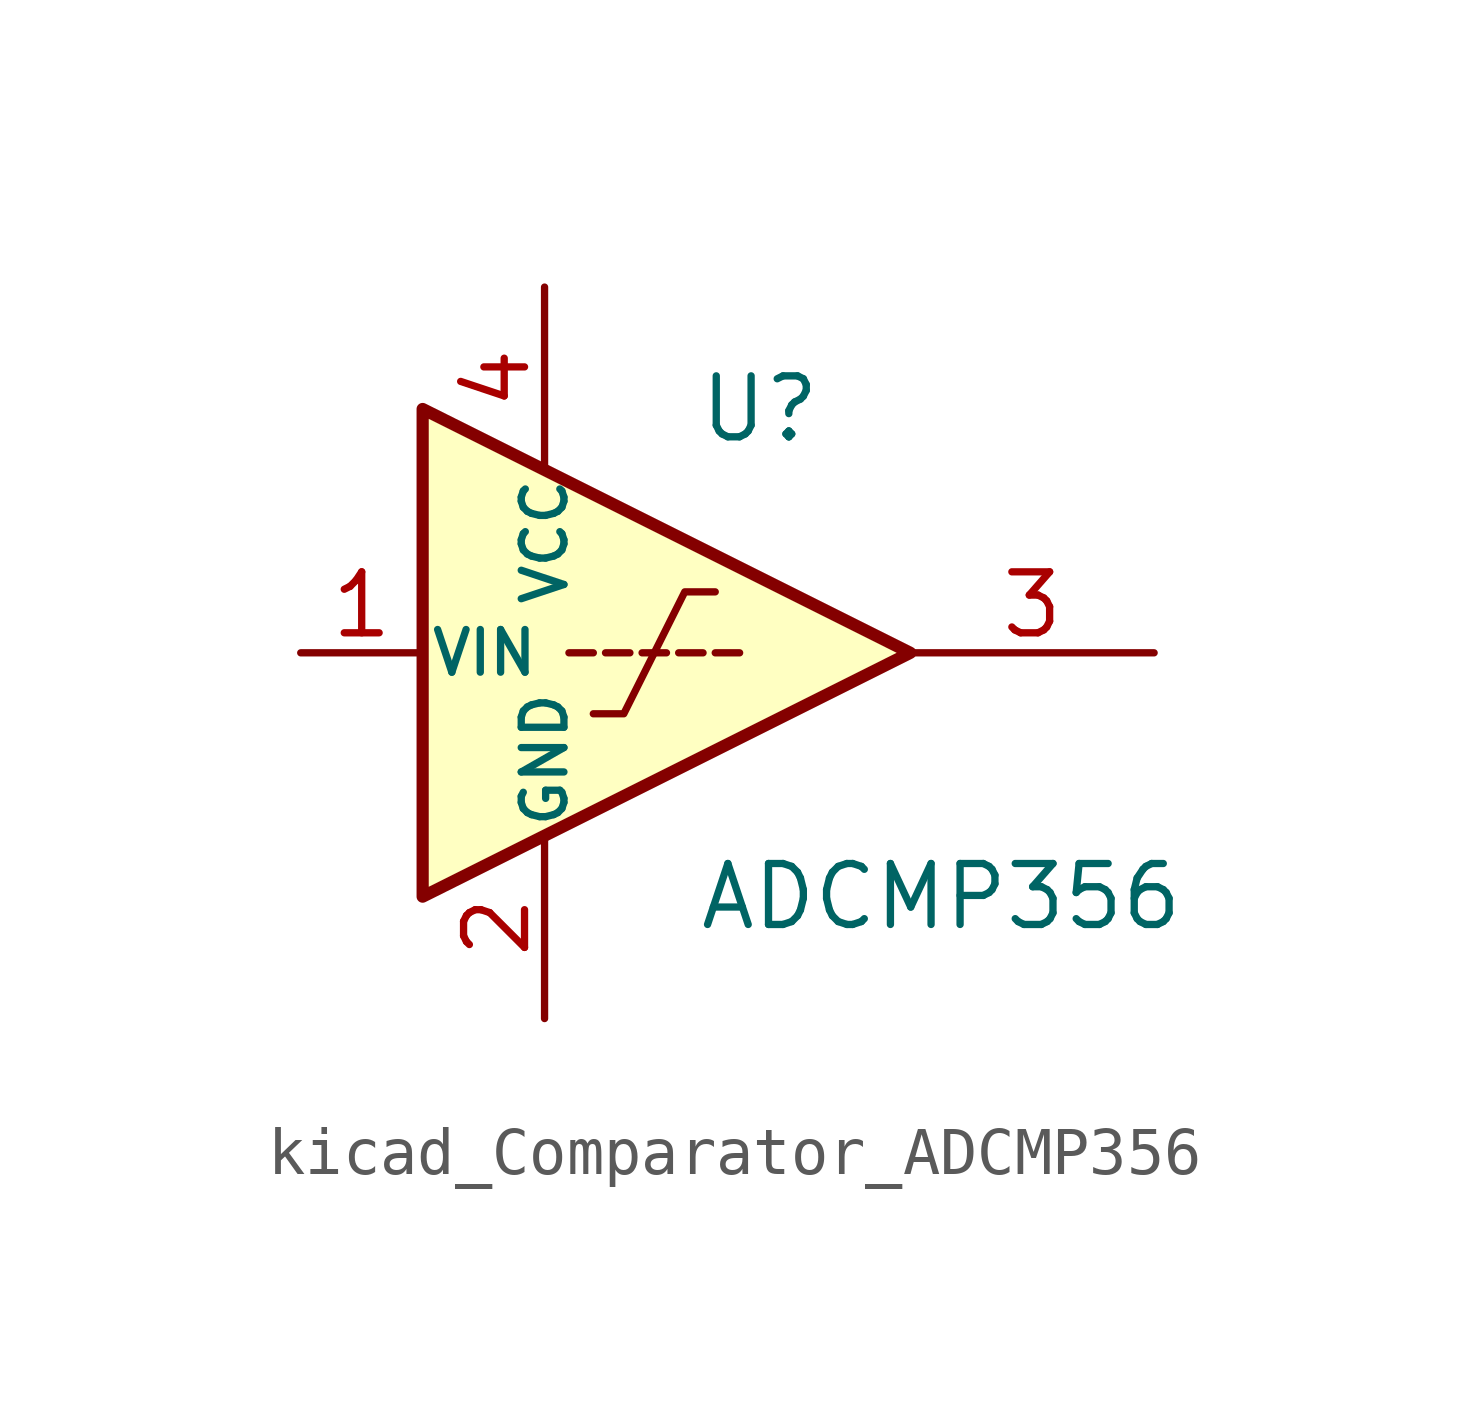
<source format=kicad_sym>
(kicad_symbol_lib
  (version 20220914)
  (generator kicad_symbol_editor)
  (symbol "kicad_Comparator_ADCMP356"
    (pin_names
      (offset 0.127))
    (property "Reference" "U"
      (at 3.175 5.08 0)
      (effects (font (size 1.27 1.27)) (justify left)))
    (property "Value" "ADCMP356"
      (at 3.175 -5.08 0)
      (effects (font (size 1.27 1.27)) (justify left)))
    (symbol "kicad_Comparator_ADCMP356_0_1"
      (polyline (pts (xy 1.016 0) (xy 0.508 0)) (stroke (width 0) (type default)) (fill (type none)))
      (polyline (pts (xy 1.778 0) (xy 1.27 0)) (stroke (width 0) (type default)) (fill (type none)))
      (polyline (pts (xy 2.032 0) (xy 2.54 0)) (stroke (width 0) (type default)) (fill (type none)))
      (polyline (pts (xy 2.794 0) (xy 3.302 0)) (stroke (width 0) (type default)) (fill (type none)))
      (polyline (pts (xy 3.556 0) (xy 4.064 0)) (stroke (width 0) (type default)) (fill (type none)))
      (polyline (pts (xy -2.54 5.08) (xy 7.62 0) (xy -2.54 -5.08) (xy -2.54 5.08)) (stroke (width 0.254) (type default)) (fill (type background)))
      (polyline (pts (xy 1.016 -1.27) (xy 1.651 -1.27) (xy 2.921 1.27) (xy 3.556 1.27)) (stroke (width 0) (type default)) (fill (type none))))
    (symbol "kicad_Comparator_ADCMP356_1_1"
      (pin input line (at -5.08 0 0) (length 2.54) (name "VIN" (effects (font (size 0.889 0.889)))) (number "1" (effects (font (size 1.27 1.27)))))
      (pin power_in line (at 0 -7.62 90) (length 3.81) (name "GND" (effects (font (size 0.889 0.889)))) (number "2" (effects (font (size 1.27 1.27)))))
      (pin output line (at 12.7 0 180) (length 5.08) (name "~" (effects (font (size 1.27 1.27)))) (number "3" (effects (font (size 1.27 1.27)))))
      (pin power_in line (at 0 7.62 270) (length 3.81) (name "VCC" (effects (font (size 0.889 0.889)))) (number "4" (effects (font (size 1.27 1.27))))))))
</source>
